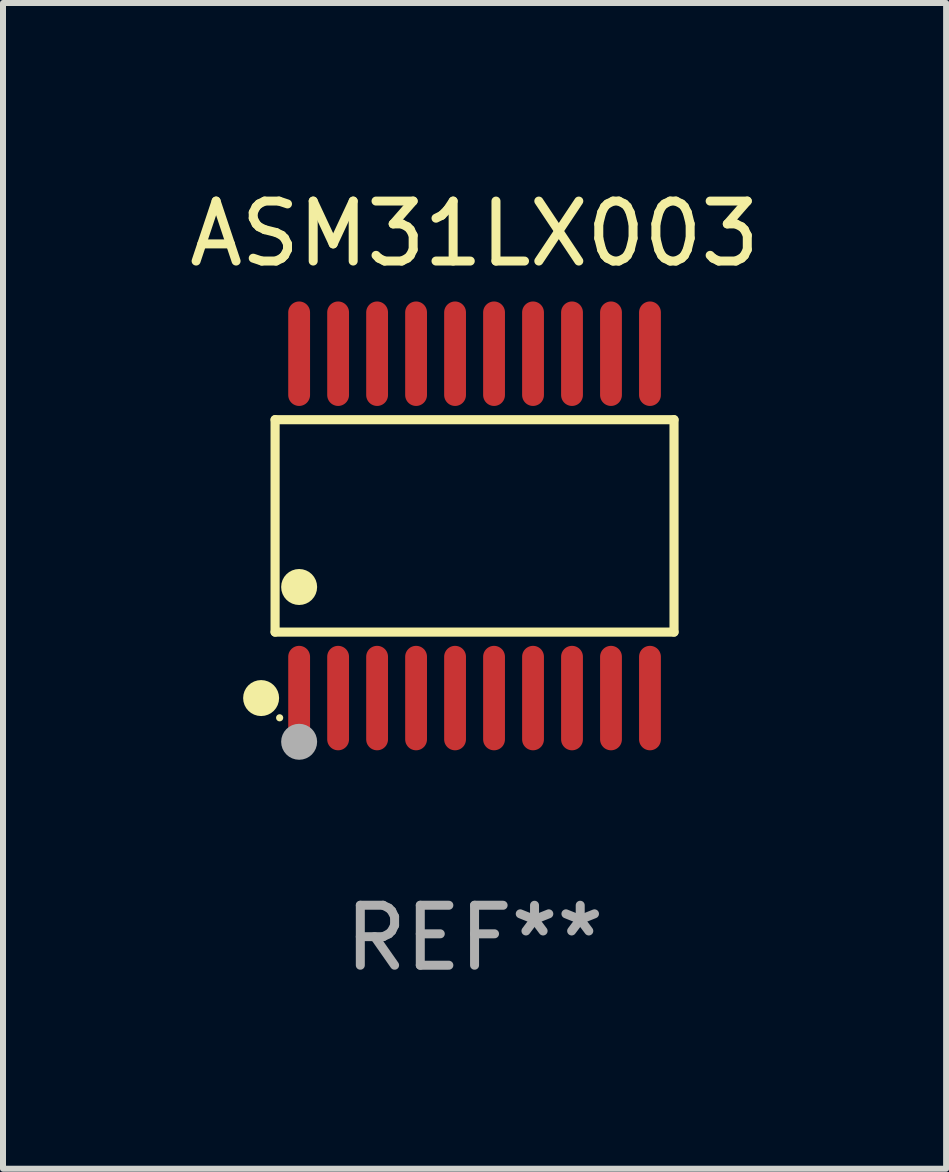
<source format=kicad_pcb>
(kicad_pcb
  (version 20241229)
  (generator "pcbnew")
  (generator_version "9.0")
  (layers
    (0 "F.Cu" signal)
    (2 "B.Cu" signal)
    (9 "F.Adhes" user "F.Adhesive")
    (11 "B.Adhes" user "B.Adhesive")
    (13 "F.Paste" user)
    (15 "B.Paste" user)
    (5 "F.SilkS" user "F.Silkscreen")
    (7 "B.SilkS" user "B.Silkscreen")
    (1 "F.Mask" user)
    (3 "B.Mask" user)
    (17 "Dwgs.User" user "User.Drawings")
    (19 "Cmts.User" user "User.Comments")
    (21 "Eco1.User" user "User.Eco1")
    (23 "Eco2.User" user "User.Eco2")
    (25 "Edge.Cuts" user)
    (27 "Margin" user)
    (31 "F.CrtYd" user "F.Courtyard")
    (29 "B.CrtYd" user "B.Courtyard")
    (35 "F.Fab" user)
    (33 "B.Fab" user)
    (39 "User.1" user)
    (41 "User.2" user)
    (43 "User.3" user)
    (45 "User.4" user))
  (footprint "ASM31LX003"
    (layer "F.Cu")
    (at 4.863 5.719)
    (property "Reference" "ASM31LX003" (at 0 -4.871 0) (layer "F.SilkS") (effects (font (size 1 1) (thickness 0.15))))
    (attr through_hole)
    (fp_line (start -3.326 -1.771) (end 3.326 -1.771) (stroke (width 0.152) (type solid)) (layer "F.SilkS"))
    (fp_line (start -3.326 1.771) (end -3.326 -1.771) (stroke (width 0.152) (type solid)) (layer "F.SilkS"))
    (fp_line (start 3.326 -1.771) (end 3.326 1.771) (stroke (width 0.152) (type solid)) (layer "F.SilkS"))
    (fp_line (start 3.326 1.771) (end -3.326 1.771) (stroke (width 0.152) (type solid)) (layer "F.SilkS"))
    (fp_circle (center -3.559 2.871) (end -3.409 2.871) (stroke (width 0.3) (type solid)) (fill no) (layer "F.SilkS"))
    (fp_circle (center -3.25 3.2) (end -3.22 3.2) (stroke (width 0.06) (type solid)) (fill no) (layer "F.SilkS"))
    (fp_circle (center -2.925 1.019) (end -2.775 1.019) (stroke (width 0.3) (type solid)) (fill no) (layer "F.SilkS"))
    (fp_circle (center -2.925 3.6) (end -2.775 3.6) (stroke (width 0.3) (type solid)) (fill no) (layer "F.Fab"))
    (fp_text user "REF**" (at 0 6.871 0) (layer "F.Fab") (effects (font (size 1 1) (thickness 0.15))))
    (pad "1" smd oval (at -2.925 2.871) (size 0.364 1.742) (layers "F.Cu" "F.Mask" "F.Paste"))
    (pad "2" smd oval (at -2.275 2.871) (size 0.364 1.742) (layers "F.Cu" "F.Mask" "F.Paste"))
    (pad "3" smd oval (at -1.625 2.871) (size 0.364 1.742) (layers "F.Cu" "F.Mask" "F.Paste"))
    (pad "4" smd oval (at -0.975 2.871) (size 0.364 1.742) (layers "F.Cu" "F.Mask" "F.Paste"))
    (pad "5" smd oval (at -0.325 2.871) (size 0.364 1.742) (layers "F.Cu" "F.Mask" "F.Paste"))
    (pad "6" smd oval (at 0.325 2.871) (size 0.364 1.742) (layers "F.Cu" "F.Mask" "F.Paste"))
    (pad "7" smd oval (at 0.975 2.871) (size 0.364 1.742) (layers "F.Cu" "F.Mask" "F.Paste"))
    (pad "8" smd oval (at 1.625 2.871) (size 0.364 1.742) (layers "F.Cu" "F.Mask" "F.Paste"))
    (pad "9" smd oval (at 2.275 2.871) (size 0.364 1.742) (layers "F.Cu" "F.Mask" "F.Paste"))
    (pad "10" smd oval (at 2.925 2.871) (size 0.364 1.742) (layers "F.Cu" "F.Mask" "F.Paste"))
    (pad "11" smd oval (at 2.925 -2.871) (size 0.364 1.742) (layers "F.Cu" "F.Mask" "F.Paste"))
    (pad "12" smd oval (at 2.275 -2.871) (size 0.364 1.742) (layers "F.Cu" "F.Mask" "F.Paste"))
    (pad "13" smd oval (at 1.625 -2.871) (size 0.364 1.742) (layers "F.Cu" "F.Mask" "F.Paste"))
    (pad "14" smd oval (at 0.975 -2.871) (size 0.364 1.742) (layers "F.Cu" "F.Mask" "F.Paste"))
    (pad "15" smd oval (at 0.325 -2.871) (size 0.364 1.742) (layers "F.Cu" "F.Mask" "F.Paste"))
    (pad "16" smd oval (at -0.325 -2.871) (size 0.364 1.742) (layers "F.Cu" "F.Mask" "F.Paste"))
    (pad "17" smd oval (at -0.975 -2.871) (size 0.364 1.742) (layers "F.Cu" "F.Mask" "F.Paste"))
    (pad "18" smd oval (at -1.625 -2.871) (size 0.364 1.742) (layers "F.Cu" "F.Mask" "F.Paste"))
    (pad "19" smd oval (at -2.275 -2.871) (size 0.364 1.742) (layers "F.Cu" "F.Mask" "F.Paste"))
    (pad "20" smd oval (at -2.925 -2.871) (size 0.364 1.742) (layers "F.Cu" "F.Mask" "F.Paste")))
  (gr_rect
    (start -3 -3)
    (end 12.726 16.438)
    (stroke (width 0.1) (type default))
    (fill no)
    (layer "Edge.Cuts")))
</source>
